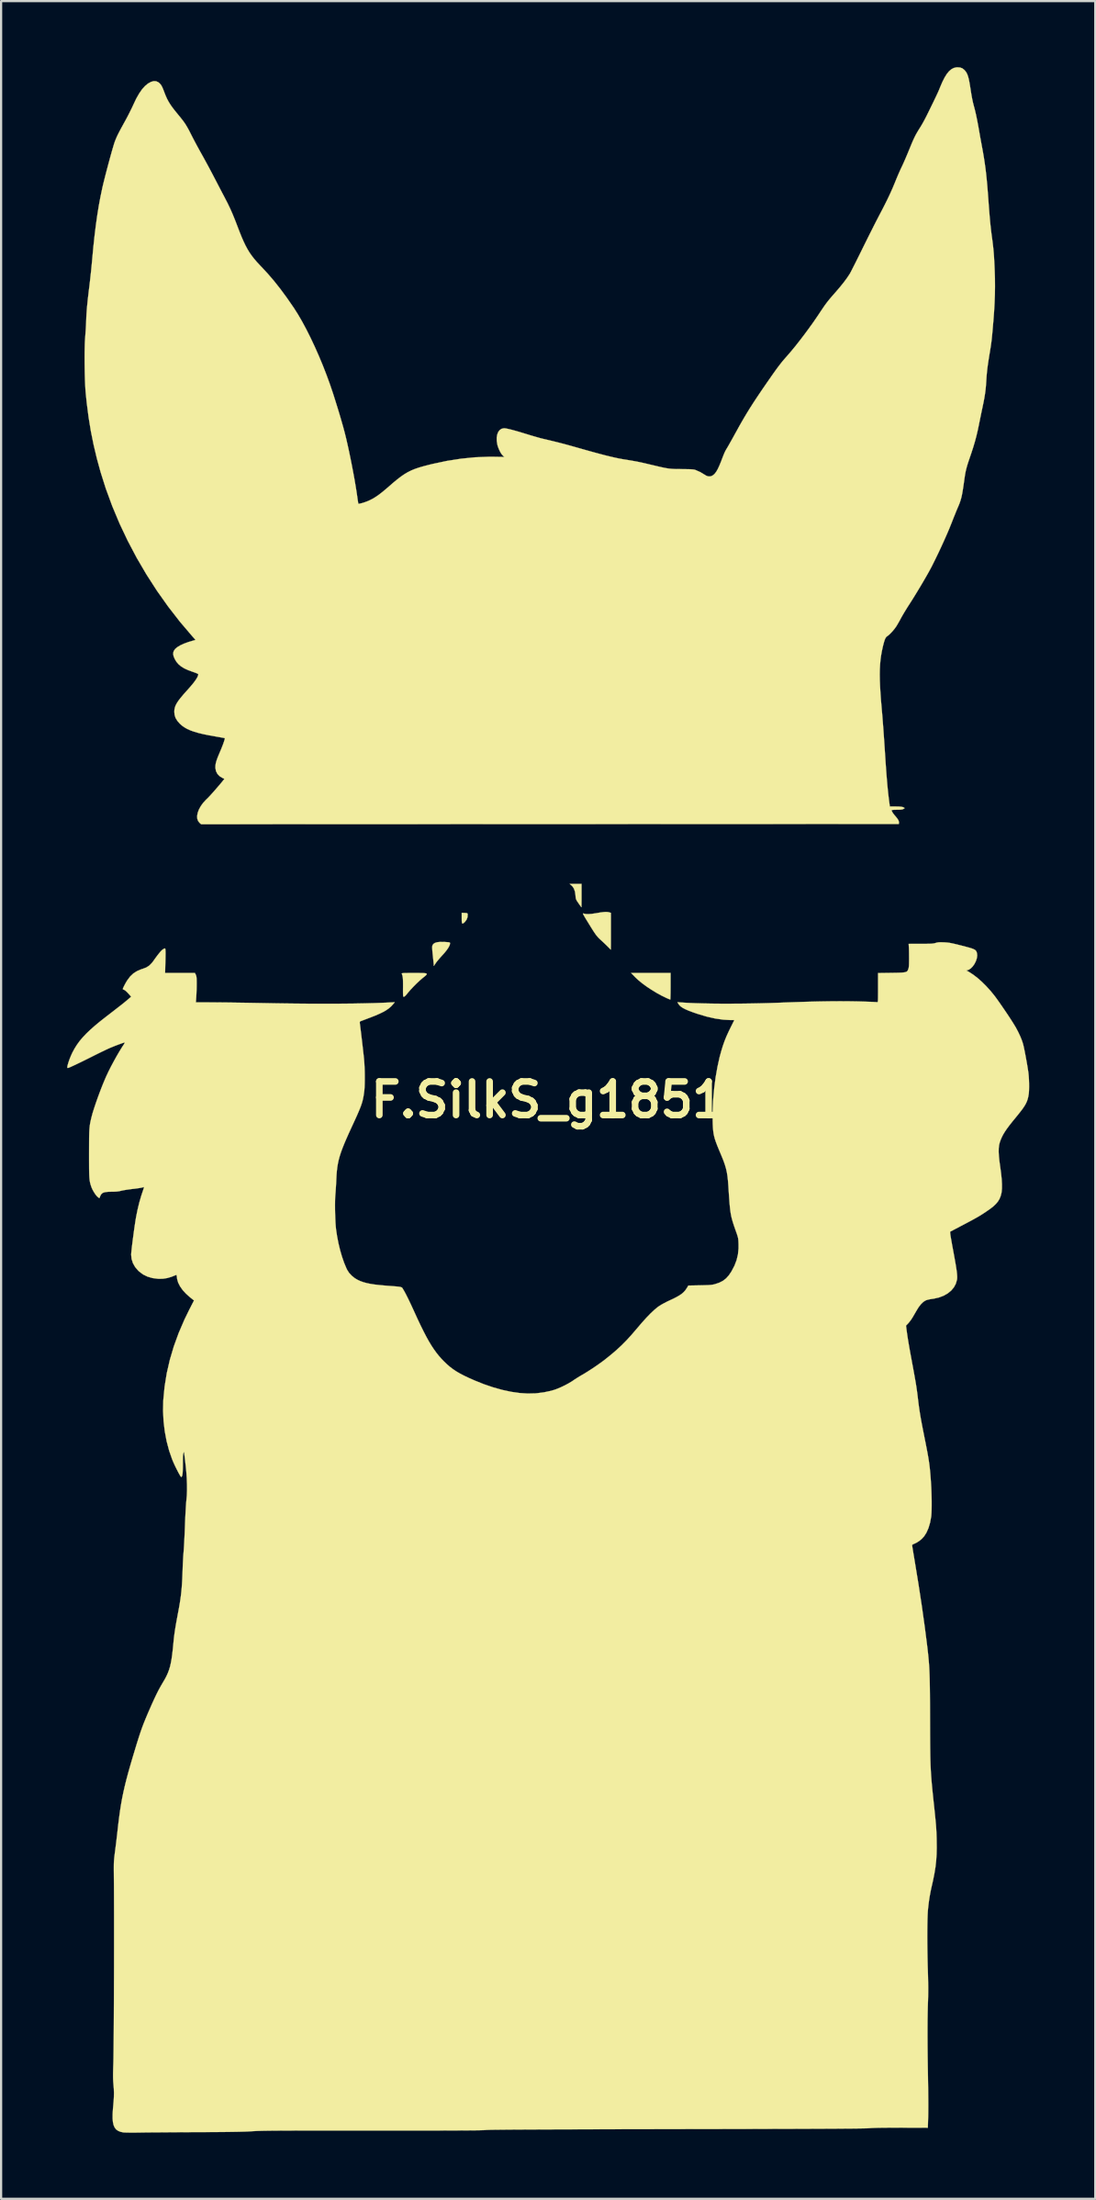
<source format=kicad_pcb>
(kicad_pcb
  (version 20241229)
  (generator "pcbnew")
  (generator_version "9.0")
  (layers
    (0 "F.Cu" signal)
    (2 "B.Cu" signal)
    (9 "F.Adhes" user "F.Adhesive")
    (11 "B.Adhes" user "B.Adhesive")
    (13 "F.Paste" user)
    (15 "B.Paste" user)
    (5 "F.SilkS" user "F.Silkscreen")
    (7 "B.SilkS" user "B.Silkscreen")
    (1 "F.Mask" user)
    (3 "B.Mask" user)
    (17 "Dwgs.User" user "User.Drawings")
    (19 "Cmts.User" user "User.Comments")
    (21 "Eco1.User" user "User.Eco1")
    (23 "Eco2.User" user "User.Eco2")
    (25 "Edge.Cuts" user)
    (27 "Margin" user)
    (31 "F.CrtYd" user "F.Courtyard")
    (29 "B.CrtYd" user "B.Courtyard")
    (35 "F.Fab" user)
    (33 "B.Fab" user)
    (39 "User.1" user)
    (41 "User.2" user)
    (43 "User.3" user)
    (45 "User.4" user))
  (footprint "F.SilkS_g1851"
    (layer "F.Cu")
    (at 21.828 46.868)
    (property "Reference" "F.SilkS_g1851" (at 0 0 0) (layer "F.SilkS") (effects (font (size 1.524 1.524) (thickness 0.3))))
    (attr through_hole)
    (fp_poly (pts (xy -3.784 -8.484) (xy -3.711 -8.479) (xy -3.671 -8.471) (xy -3.653 -8.455) (xy -3.646 -8.423) (xy -3.645 -8.41) (xy -3.653 -8.29) (xy -3.698 -8.174) (xy -3.767 -8.081) (xy -3.824 -8.028) (xy -3.864 -8.002) (xy -3.89 -8.005) (xy -3.906 -8.041) (xy -3.914 -8.113) (xy -3.916 -8.224) (xy -3.916 -8.245) (xy -3.916 -8.49) (xy -3.784 -8.484)) (stroke (width 0.01) (type solid)) (fill yes) (layer "F.SilkS"))
    (fp_poly (pts (xy 5.567 -5.154) (xy 5.566 -4.999) (xy 5.565 -4.859) (xy 5.562 -4.739) (xy 5.559 -4.644) (xy 5.556 -4.58) (xy 5.552 -4.552) (xy 5.551 -4.551) (xy 5.526 -4.56) (xy 5.472 -4.582) (xy 5.399 -4.614) (xy 5.366 -4.629) (xy 5.148 -4.735) (xy 4.923 -4.859) (xy 4.699 -4.996) (xy 4.483 -5.139) (xy 4.284 -5.284) (xy 4.11 -5.426) (xy 3.977 -5.55) (xy 3.773 -5.757) (xy 5.567 -5.757) (xy 5.567 -5.154)) (stroke (width 0.01) (type solid)) (fill yes) (layer "F.SilkS"))
    (fp_poly (pts (xy 1.524 -9.271) (xy 1.524 -9.126) (xy 1.523 -8.997) (xy 1.522 -8.888) (xy 1.521 -8.806) (xy 1.52 -8.756) (xy 1.519 -8.742) (xy 1.504 -8.758) (xy 1.48 -8.79) (xy 1.403 -8.899) (xy 1.347 -8.98) (xy 1.307 -9.042) (xy 1.282 -9.091) (xy 1.266 -9.135) (xy 1.258 -9.181) (xy 1.253 -9.238) (xy 1.249 -9.286) (xy 1.225 -9.453) (xy 1.178 -9.588) (xy 1.107 -9.694) (xy 1.059 -9.739) (xy 0.985 -9.8) (xy 1.524 -9.8) (xy 1.524 -9.271)) (stroke (width 0.01) (type solid)) (fill yes) (layer "F.SilkS"))
    (fp_poly (pts (xy -4.725 -7.167) (xy -4.683 -7.165) (xy -4.58 -7.158) (xy -4.512 -7.152) (xy -4.472 -7.144) (xy -4.452 -7.132) (xy -4.446 -7.115) (xy -4.445 -7.103) (xy -4.462 -7.025) (xy -4.511 -6.925) (xy -4.59 -6.806) (xy -4.698 -6.671) (xy -4.797 -6.561) (xy -4.883 -6.466) (xy -4.965 -6.371) (xy -5.036 -6.285) (xy -5.088 -6.217) (xy -5.101 -6.198) (xy -5.18 -6.077) (xy -5.193 -6.219) (xy -5.201 -6.295) (xy -5.211 -6.4) (xy -5.224 -6.52) (xy -5.237 -6.642) (xy -5.238 -6.651) (xy -5.251 -6.791) (xy -5.256 -6.893) (xy -5.255 -6.964) (xy -5.247 -7.005) (xy -5.206 -7.072) (xy -5.136 -7.121) (xy -5.034 -7.153) (xy -4.898 -7.168) (xy -4.725 -7.167)) (stroke (width 0.01) (type solid)) (fill yes) (layer "F.SilkS"))
    (fp_poly (pts (xy -5.89 -5.757) (xy -5.743 -5.756) (xy -5.633 -5.752) (xy -5.558 -5.744) (xy -5.516 -5.73) (xy -5.502 -5.709) (xy -5.516 -5.679) (xy -5.555 -5.639) (xy -5.616 -5.588) (xy -5.689 -5.53) (xy -5.818 -5.419) (xy -5.961 -5.286) (xy -6.106 -5.14) (xy -6.243 -4.994) (xy -6.361 -4.857) (xy -6.39 -4.821) (xy -6.454 -4.745) (xy -6.506 -4.696) (xy -6.542 -4.678) (xy -6.543 -4.678) (xy -6.556 -4.68) (xy -6.566 -4.689) (xy -6.573 -4.711) (xy -6.578 -4.751) (xy -6.58 -4.815) (xy -6.581 -4.907) (xy -6.581 -5.033) (xy -6.58 -5.117) (xy -6.58 -5.274) (xy -6.581 -5.396) (xy -6.585 -5.49) (xy -6.593 -5.564) (xy -6.604 -5.624) (xy -6.619 -5.677) (xy -6.636 -5.72) (xy -6.638 -5.731) (xy -6.632 -5.74) (xy -6.612 -5.746) (xy -6.575 -5.751) (xy -6.515 -5.754) (xy -6.429 -5.756) (xy -6.311 -5.757) (xy -6.158 -5.757) (xy -6.077 -5.757) (xy -5.89 -5.757)) (stroke (width 0.01) (type solid)) (fill yes) (layer "F.SilkS"))
    (fp_poly (pts (xy 2.729 -8.522) (xy 2.791 -8.507) (xy 2.857 -8.484) (xy 2.857 -7.65) (xy 2.857 -7.467) (xy 2.857 -7.297) (xy 2.856 -7.147) (xy 2.856 -7.019) (xy 2.855 -6.919) (xy 2.854 -6.85) (xy 2.853 -6.819) (xy 2.852 -6.817) (xy 2.836 -6.832) (xy 2.798 -6.87) (xy 2.744 -6.924) (xy 2.719 -6.949) (xy 2.649 -7.019) (xy 2.56 -7.105) (xy 2.465 -7.194) (xy 2.4 -7.253) (xy 2.347 -7.302) (xy 2.299 -7.349) (xy 2.254 -7.398) (xy 2.208 -7.452) (xy 2.16 -7.516) (xy 2.105 -7.595) (xy 2.042 -7.692) (xy 1.967 -7.811) (xy 1.877 -7.957) (xy 1.769 -8.133) (xy 1.721 -8.21) (xy 1.659 -8.315) (xy 1.617 -8.388) (xy 1.596 -8.434) (xy 1.592 -8.457) (xy 1.605 -8.462) (xy 1.625 -8.455) (xy 1.711 -8.434) (xy 1.834 -8.43) (xy 1.99 -8.441) (xy 2.176 -8.469) (xy 2.211 -8.475) (xy 2.387 -8.505) (xy 2.528 -8.523) (xy 2.641 -8.529) (xy 2.729 -8.522)) (stroke (width 0.01) (type solid)) (fill yes) (layer "F.SilkS"))
    (fp_poly (pts (xy 18.717 -46.852) (xy 18.815 -46.815) (xy 18.902 -46.746) (xy 18.926 -46.721) (xy 18.971 -46.665) (xy 19.01 -46.603) (xy 19.044 -46.529) (xy 19.075 -46.439) (xy 19.104 -46.328) (xy 19.132 -46.19) (xy 19.161 -46.021) (xy 19.193 -45.816) (xy 19.198 -45.783) (xy 19.227 -45.602) (xy 19.26 -45.424) (xy 19.295 -45.262) (xy 19.329 -45.128) (xy 19.333 -45.114) (xy 19.381 -44.933) (xy 19.432 -44.715) (xy 19.484 -44.464) (xy 19.537 -44.184) (xy 19.578 -43.951) (xy 19.596 -43.848) (xy 19.619 -43.715) (xy 19.647 -43.564) (xy 19.676 -43.406) (xy 19.704 -43.254) (xy 19.705 -43.251) (xy 19.752 -42.994) (xy 19.793 -42.751) (xy 19.829 -42.515) (xy 19.862 -42.277) (xy 19.891 -42.032) (xy 19.918 -41.772) (xy 19.944 -41.49) (xy 19.969 -41.18) (xy 19.992 -40.873) (xy 20.013 -40.583) (xy 20.033 -40.328) (xy 20.051 -40.104) (xy 20.069 -39.903) (xy 20.087 -39.719) (xy 20.106 -39.546) (xy 20.126 -39.377) (xy 20.148 -39.207) (xy 20.161 -39.116) (xy 20.185 -38.936) (xy 20.205 -38.768) (xy 20.222 -38.606) (xy 20.237 -38.44) (xy 20.25 -38.262) (xy 20.261 -38.064) (xy 20.272 -37.838) (xy 20.28 -37.653) (xy 20.292 -37.283) (xy 20.295 -36.921) (xy 20.29 -36.558) (xy 20.276 -36.183) (xy 20.254 -35.788) (xy 20.222 -35.363) (xy 20.215 -35.288) (xy 20.197 -35.071) (xy 20.181 -34.889) (xy 20.167 -34.736) (xy 20.154 -34.606) (xy 20.142 -34.491) (xy 20.129 -34.385) (xy 20.115 -34.282) (xy 20.099 -34.174) (xy 20.08 -34.056) (xy 20.058 -33.921) (xy 20.045 -33.846) (xy 20.007 -33.61) (xy 19.976 -33.405) (xy 19.951 -33.224) (xy 19.932 -33.054) (xy 19.916 -32.888) (xy 19.904 -32.715) (xy 19.897 -32.607) (xy 19.884 -32.416) (xy 19.867 -32.236) (xy 19.844 -32.058) (xy 19.814 -31.871) (xy 19.775 -31.664) (xy 19.727 -31.433) (xy 19.702 -31.314) (xy 19.671 -31.167) (xy 19.637 -31.002) (xy 19.603 -30.834) (xy 19.57 -30.673) (xy 19.568 -30.66) (xy 19.509 -30.38) (xy 19.448 -30.122) (xy 19.382 -29.874) (xy 19.307 -29.622) (xy 19.219 -29.351) (xy 19.167 -29.199) (xy 19.105 -29.017) (xy 19.055 -28.866) (xy 19.016 -28.734) (xy 18.984 -28.613) (xy 18.957 -28.494) (xy 18.934 -28.366) (xy 18.912 -28.22) (xy 18.892 -28.078) (xy 18.861 -27.859) (xy 18.833 -27.676) (xy 18.807 -27.522) (xy 18.78 -27.39) (xy 18.75 -27.273) (xy 18.717 -27.165) (xy 18.679 -27.059) (xy 18.634 -26.948) (xy 18.603 -26.878) (xy 18.571 -26.803) (xy 18.527 -26.696) (xy 18.475 -26.566) (xy 18.416 -26.421) (xy 18.356 -26.268) (xy 18.31 -26.151) (xy 18.221 -25.93) (xy 18.114 -25.679) (xy 17.994 -25.408) (xy 17.865 -25.124) (xy 17.73 -24.836) (xy 17.592 -24.551) (xy 17.456 -24.277) (xy 17.419 -24.203) (xy 17.349 -24.072) (xy 17.261 -23.912) (xy 17.157 -23.73) (xy 17.043 -23.533) (xy 16.921 -23.326) (xy 16.795 -23.117) (xy 16.67 -22.912) (xy 16.55 -22.718) (xy 16.438 -22.542) (xy 16.404 -22.49) (xy 16.32 -22.358) (xy 16.235 -22.221) (xy 16.155 -22.089) (xy 16.086 -21.971) (xy 16.034 -21.878) (xy 16.033 -21.876) (xy 15.975 -21.768) (xy 15.912 -21.656) (xy 15.854 -21.556) (xy 15.817 -21.495) (xy 15.748 -21.397) (xy 15.663 -21.293) (xy 15.573 -21.194) (xy 15.485 -21.108) (xy 15.409 -21.047) (xy 15.395 -21.038) (xy 15.357 -21.005) (xy 15.323 -20.955) (xy 15.29 -20.881) (xy 15.257 -20.778) (xy 15.22 -20.642) (xy 15.199 -20.553) (xy 15.157 -20.359) (xy 15.123 -20.165) (xy 15.096 -19.967) (xy 15.078 -19.761) (xy 15.066 -19.542) (xy 15.062 -19.307) (xy 15.066 -19.051) (xy 15.077 -18.77) (xy 15.095 -18.46) (xy 15.12 -18.117) (xy 15.153 -17.737) (xy 15.155 -17.706) (xy 15.171 -17.53) (xy 15.188 -17.321) (xy 15.206 -17.087) (xy 15.225 -16.838) (xy 15.243 -16.582) (xy 15.261 -16.329) (xy 15.277 -16.087) (xy 15.283 -16.002) (xy 15.307 -15.631) (xy 15.329 -15.298) (xy 15.35 -14.999) (xy 15.37 -14.731) (xy 15.39 -14.488) (xy 15.409 -14.268) (xy 15.429 -14.066) (xy 15.449 -13.877) (xy 15.47 -13.699) (xy 15.492 -13.526) (xy 15.507 -13.414) (xy 15.521 -13.314) (xy 15.783 -13.314) (xy 15.927 -13.311) (xy 16.032 -13.303) (xy 16.103 -13.289) (xy 16.119 -13.283) (xy 16.166 -13.261) (xy 16.191 -13.244) (xy 16.192 -13.241) (xy 16.176 -13.225) (xy 16.135 -13.201) (xy 16.13 -13.198) (xy 16.081 -13.181) (xy 16.006 -13.171) (xy 15.899 -13.166) (xy 15.834 -13.166) (xy 15.721 -13.164) (xy 15.644 -13.158) (xy 15.604 -13.149) (xy 15.6 -13.143) (xy 15.615 -13.093) (xy 15.657 -13.021) (xy 15.721 -12.936) (xy 15.769 -12.88) (xy 15.856 -12.775) (xy 15.91 -12.689) (xy 15.934 -12.617) (xy 15.934 -12.577) (xy 15.928 -12.52) (xy -15.746 -12.509) (xy -15.819 -12.573) (xy -15.887 -12.66) (xy -15.923 -12.767) (xy -15.927 -12.892) (xy -15.902 -13.029) (xy -15.848 -13.174) (xy -15.767 -13.323) (xy -15.661 -13.472) (xy -15.53 -13.616) (xy -15.472 -13.671) (xy -15.43 -13.712) (xy -15.37 -13.776) (xy -15.295 -13.857) (xy -15.212 -13.95) (xy -15.122 -14.052) (xy -15.032 -14.156) (xy -14.944 -14.258) (xy -14.863 -14.354) (xy -14.793 -14.438) (xy -14.739 -14.505) (xy -14.704 -14.551) (xy -14.694 -14.571) (xy -14.694 -14.571) (xy -14.715 -14.581) (xy -14.761 -14.602) (xy -14.777 -14.609) (xy -14.909 -14.69) (xy -15.008 -14.795) (xy -15.072 -14.92) (xy -15.099 -15.064) (xy -15.099 -15.092) (xy -15.096 -15.175) (xy -15.084 -15.26) (xy -15.061 -15.353) (xy -15.025 -15.462) (xy -14.975 -15.593) (xy -14.908 -15.753) (xy -14.89 -15.794) (xy -14.834 -15.927) (xy -14.783 -16.055) (xy -14.739 -16.172) (xy -14.704 -16.273) (xy -14.681 -16.351) (xy -14.67 -16.4) (xy -14.672 -16.415) (xy -14.695 -16.421) (xy -14.752 -16.432) (xy -14.838 -16.448) (xy -14.946 -16.467) (xy -15.069 -16.489) (xy -15.071 -16.489) (xy -15.374 -16.543) (xy -15.638 -16.596) (xy -15.867 -16.651) (xy -16.066 -16.709) (xy -16.237 -16.77) (xy -16.384 -16.837) (xy -16.511 -16.91) (xy -16.623 -16.99) (xy -16.712 -17.07) (xy -16.828 -17.202) (xy -16.907 -17.333) (xy -16.951 -17.471) (xy -16.964 -17.611) (xy -16.959 -17.706) (xy -16.941 -17.799) (xy -16.908 -17.893) (xy -16.857 -17.994) (xy -16.785 -18.105) (xy -16.69 -18.23) (xy -16.57 -18.375) (xy -16.421 -18.543) (xy -16.386 -18.581) (xy -16.218 -18.771) (xy -16.083 -18.935) (xy -15.982 -19.075) (xy -15.914 -19.189) (xy -15.88 -19.278) (xy -15.875 -19.315) (xy -15.894 -19.333) (xy -15.948 -19.36) (xy -16.031 -19.393) (xy -16.113 -19.421) (xy -16.33 -19.5) (xy -16.51 -19.582) (xy -16.657 -19.672) (xy -16.775 -19.772) (xy -16.871 -19.885) (xy -16.944 -20.009) (xy -16.994 -20.125) (xy -17.015 -20.223) (xy -17.008 -20.311) (xy -16.989 -20.369) (xy -16.932 -20.457) (xy -16.833 -20.543) (xy -16.695 -20.627) (xy -16.518 -20.708) (xy -16.306 -20.785) (xy -16.089 -20.849) (xy -16 -20.873) (xy -16.144 -21.036) (xy -16.71 -21.701) (xy -17.247 -22.393) (xy -17.754 -23.109) (xy -18.229 -23.846) (xy -18.671 -24.601) (xy -19.078 -25.372) (xy -19.449 -26.155) (xy -19.782 -26.949) (xy -20.076 -27.75) (xy -20.31 -28.49) (xy -20.482 -29.118) (xy -20.629 -29.737) (xy -20.754 -30.357) (xy -20.857 -30.989) (xy -20.941 -31.643) (xy -20.989 -32.11) (xy -21.001 -32.274) (xy -21.012 -32.469) (xy -21.021 -32.689) (xy -21.028 -32.927) (xy -21.033 -33.175) (xy -21.036 -33.427) (xy -21.037 -33.677) (xy -21.036 -33.916) (xy -21.032 -34.139) (xy -21.027 -34.338) (xy -21.018 -34.506) (xy -21.011 -34.602) (xy -20.999 -34.762) (xy -20.986 -34.946) (xy -20.975 -35.133) (xy -20.967 -35.305) (xy -20.965 -35.359) (xy -20.959 -35.513) (xy -20.951 -35.665) (xy -20.94 -35.82) (xy -20.927 -35.984) (xy -20.909 -36.164) (xy -20.888 -36.365) (xy -20.861 -36.593) (xy -20.83 -36.855) (xy -20.816 -36.962) (xy -20.793 -37.16) (xy -20.768 -37.385) (xy -20.742 -37.621) (xy -20.719 -37.853) (xy -20.699 -38.065) (xy -20.691 -38.151) (xy -20.64 -38.702) (xy -20.585 -39.215) (xy -20.526 -39.696) (xy -20.462 -40.148) (xy -20.393 -40.577) (xy -20.317 -40.986) (xy -20.234 -41.381) (xy -20.227 -41.413) (xy -20.195 -41.55) (xy -20.155 -41.712) (xy -20.11 -41.892) (xy -20.06 -42.086) (xy -20.007 -42.287) (xy -19.953 -42.49) (xy -19.899 -42.689) (xy -19.847 -42.879) (xy -19.798 -43.055) (xy -19.753 -43.209) (xy -19.715 -43.338) (xy -19.685 -43.434) (xy -19.67 -43.476) (xy -19.636 -43.566) (xy -19.601 -43.651) (xy -19.563 -43.737) (xy -19.518 -43.829) (xy -19.464 -43.935) (xy -19.398 -44.06) (xy -19.317 -44.208) (xy -19.218 -44.388) (xy -19.207 -44.408) (xy -19.126 -44.556) (xy -19.042 -44.717) (xy -18.961 -44.878) (xy -18.888 -45.027) (xy -18.829 -45.153) (xy -18.822 -45.17) (xy -18.692 -45.443) (xy -18.559 -45.676) (xy -18.425 -45.869) (xy -18.288 -46.021) (xy -18.157 -46.127) (xy -18.023 -46.201) (xy -17.901 -46.236) (xy -17.79 -46.23) (xy -17.69 -46.185) (xy -17.635 -46.14) (xy -17.592 -46.093) (xy -17.554 -46.042) (xy -17.518 -45.976) (xy -17.479 -45.889) (xy -17.434 -45.773) (xy -17.41 -45.709) (xy -17.353 -45.564) (xy -17.293 -45.432) (xy -17.225 -45.305) (xy -17.146 -45.177) (xy -17.051 -45.041) (xy -16.935 -44.891) (xy -16.794 -44.718) (xy -16.77 -44.688) (xy -16.664 -44.559) (xy -16.576 -44.447) (xy -16.5 -44.342) (xy -16.431 -44.236) (xy -16.363 -44.12) (xy -16.29 -43.986) (xy -16.208 -43.824) (xy -16.182 -43.773) (xy -16.116 -43.644) (xy -16.035 -43.49) (xy -15.945 -43.322) (xy -15.852 -43.15) (xy -15.761 -42.986) (xy -15.721 -42.915) (xy -15.638 -42.766) (xy -15.541 -42.589) (xy -15.436 -42.396) (xy -15.329 -42.195) (xy -15.225 -41.999) (xy -15.13 -41.817) (xy -15.123 -41.804) (xy -15.038 -41.641) (xy -14.953 -41.477) (xy -14.872 -41.321) (xy -14.798 -41.179) (xy -14.734 -41.058) (xy -14.684 -40.964) (xy -14.67 -40.936) (xy -14.543 -40.691) (xy -14.425 -40.444) (xy -14.311 -40.185) (xy -14.197 -39.903) (xy -14.118 -39.698) (xy -14.012 -39.421) (xy -13.915 -39.179) (xy -13.823 -38.967) (xy -13.734 -38.78) (xy -13.643 -38.611) (xy -13.549 -38.456) (xy -13.447 -38.31) (xy -13.335 -38.166) (xy -13.209 -38.02) (xy -13.066 -37.866) (xy -13 -37.797) (xy -12.717 -37.492) (xy -12.436 -37.165) (xy -12.156 -36.811) (xy -11.872 -36.427) (xy -11.58 -36.006) (xy -11.536 -35.942) (xy -11.352 -35.652) (xy -11.163 -35.327) (xy -10.971 -34.97) (xy -10.779 -34.587) (xy -10.589 -34.184) (xy -10.403 -33.765) (xy -10.224 -33.336) (xy -10.055 -32.902) (xy -9.897 -32.469) (xy -9.757 -32.055) (xy -9.654 -31.73) (xy -9.554 -31.41) (xy -9.461 -31.102) (xy -9.376 -30.811) (xy -9.3 -30.545) (xy -9.237 -30.31) (xy -9.218 -30.237) (xy -9.158 -29.992) (xy -9.095 -29.717) (xy -9.03 -29.418) (xy -8.965 -29.104) (xy -8.901 -28.783) (xy -8.84 -28.463) (xy -8.783 -28.151) (xy -8.733 -27.857) (xy -8.69 -27.589) (xy -8.657 -27.362) (xy -8.642 -27.255) (xy -8.628 -27.164) (xy -8.617 -27.097) (xy -8.609 -27.061) (xy -8.607 -27.057) (xy -8.579 -27.054) (xy -8.52 -27.065) (xy -8.439 -27.085) (xy -8.345 -27.114) (xy -8.246 -27.149) (xy -8.214 -27.161) (xy -8.079 -27.22) (xy -7.945 -27.289) (xy -7.809 -27.373) (xy -7.663 -27.475) (xy -7.503 -27.6) (xy -7.323 -27.751) (xy -7.228 -27.833) (xy -7.024 -28.01) (xy -6.842 -28.161) (xy -6.676 -28.288) (xy -6.52 -28.395) (xy -6.367 -28.486) (xy -6.209 -28.565) (xy -6.042 -28.634) (xy -5.857 -28.697) (xy -5.647 -28.758) (xy -5.408 -28.82) (xy -5.249 -28.859) (xy -4.589 -28.999) (xy -3.942 -29.1) (xy -3.307 -29.163) (xy -2.683 -29.187) (xy -2.44 -29.186) (xy -1.979 -29.178) (xy -2.045 -29.236) (xy -2.105 -29.305) (xy -2.167 -29.404) (xy -2.224 -29.522) (xy -2.272 -29.647) (xy -2.297 -29.733) (xy -2.325 -29.903) (xy -2.327 -30.058) (xy -2.304 -30.195) (xy -2.259 -30.31) (xy -2.192 -30.399) (xy -2.105 -30.457) (xy -2 -30.48) (xy -1.987 -30.48) (xy -1.915 -30.473) (xy -1.806 -30.451) (xy -1.66 -30.416) (xy -1.48 -30.367) (xy -1.268 -30.306) (xy -1.026 -30.232) (xy -0.953 -30.21) (xy -0.8 -30.163) (xy -0.644 -30.117) (xy -0.495 -30.074) (xy -0.364 -30.037) (xy -0.259 -30.01) (xy -0.233 -30.004) (xy 0.019 -29.945) (xy 0.242 -29.891) (xy 0.445 -29.841) (xy 0.639 -29.791) (xy 0.836 -29.739) (xy 1.045 -29.681) (xy 1.277 -29.616) (xy 1.439 -29.57) (xy 1.785 -29.472) (xy 2.095 -29.386) (xy 2.37 -29.312) (xy 2.615 -29.248) (xy 2.833 -29.195) (xy 3.027 -29.15) (xy 3.2 -29.113) (xy 3.356 -29.084) (xy 3.418 -29.073) (xy 3.614 -29.042) (xy 3.776 -29.015) (xy 3.912 -28.991) (xy 4.033 -28.969) (xy 4.145 -28.946) (xy 4.258 -28.922) (xy 4.38 -28.895) (xy 4.519 -28.862) (xy 4.614 -28.839) (xy 4.828 -28.789) (xy 5.006 -28.747) (xy 5.155 -28.713) (xy 5.282 -28.686) (xy 5.391 -28.666) (xy 5.491 -28.651) (xy 5.585 -28.641) (xy 5.681 -28.634) (xy 5.785 -28.63) (xy 5.902 -28.628) (xy 6.039 -28.627) (xy 6.075 -28.627) (xy 6.244 -28.625) (xy 6.377 -28.623) (xy 6.479 -28.62) (xy 6.557 -28.614) (xy 6.616 -28.607) (xy 6.662 -28.598) (xy 6.699 -28.586) (xy 6.916 -28.491) (xy 7.091 -28.385) (xy 7.196 -28.323) (xy 7.286 -28.294) (xy 7.37 -28.296) (xy 7.439 -28.318) (xy 7.509 -28.36) (xy 7.575 -28.423) (xy 7.641 -28.511) (xy 7.708 -28.628) (xy 7.778 -28.778) (xy 7.855 -28.964) (xy 7.88 -29.03) (xy 7.932 -29.166) (xy 7.973 -29.27) (xy 8.006 -29.35) (xy 8.035 -29.414) (xy 8.063 -29.469) (xy 8.094 -29.524) (xy 8.132 -29.586) (xy 8.164 -29.64) (xy 8.213 -29.725) (xy 8.275 -29.836) (xy 8.349 -29.967) (xy 8.429 -30.111) (xy 8.513 -30.264) (xy 8.554 -30.337) (xy 8.68 -30.566) (xy 8.801 -30.779) (xy 8.919 -30.982) (xy 9.037 -31.179) (xy 9.159 -31.377) (xy 9.288 -31.58) (xy 9.428 -31.794) (xy 9.581 -32.023) (xy 9.751 -32.274) (xy 9.941 -32.55) (xy 10.04 -32.692) (xy 10.178 -32.89) (xy 10.297 -33.058) (xy 10.402 -33.203) (xy 10.497 -33.329) (xy 10.585 -33.443) (xy 10.672 -33.55) (xy 10.763 -33.655) (xy 10.856 -33.761) (xy 11.035 -33.968) (xy 11.23 -34.205) (xy 11.434 -34.464) (xy 11.643 -34.737) (xy 11.85 -35.018) (xy 12.051 -35.298) (xy 12.238 -35.571) (xy 12.302 -35.666) (xy 12.408 -35.826) (xy 12.498 -35.959) (xy 12.577 -36.073) (xy 12.652 -36.174) (xy 12.728 -36.271) (xy 12.811 -36.373) (xy 12.908 -36.486) (xy 13.025 -36.619) (xy 13.06 -36.659) (xy 13.263 -36.896) (xy 13.438 -37.114) (xy 13.583 -37.31) (xy 13.696 -37.482) (xy 13.707 -37.5) (xy 13.733 -37.547) (xy 13.776 -37.628) (xy 13.832 -37.739) (xy 13.901 -37.875) (xy 13.981 -38.032) (xy 14.067 -38.206) (xy 14.16 -38.392) (xy 14.256 -38.587) (xy 14.282 -38.64) (xy 14.387 -38.851) (xy 14.494 -39.068) (xy 14.602 -39.284) (xy 14.707 -39.492) (xy 14.805 -39.687) (xy 14.894 -39.862) (xy 14.971 -40.011) (xy 15.028 -40.121) (xy 15.166 -40.384) (xy 15.285 -40.616) (xy 15.39 -40.825) (xy 15.482 -41.017) (xy 15.566 -41.198) (xy 15.644 -41.375) (xy 15.72 -41.555) (xy 15.77 -41.677) (xy 15.829 -41.822) (xy 15.892 -41.971) (xy 15.954 -42.113) (xy 16.01 -42.238) (xy 16.056 -42.335) (xy 16.061 -42.344) (xy 16.102 -42.431) (xy 16.155 -42.548) (xy 16.216 -42.687) (xy 16.281 -42.839) (xy 16.346 -42.994) (xy 16.383 -43.085) (xy 16.462 -43.277) (xy 16.528 -43.437) (xy 16.587 -43.571) (xy 16.641 -43.686) (xy 16.693 -43.79) (xy 16.748 -43.888) (xy 16.808 -43.989) (xy 16.876 -44.099) (xy 16.891 -44.122) (xy 16.953 -44.224) (xy 17.026 -44.351) (xy 17.102 -44.49) (xy 17.174 -44.629) (xy 17.209 -44.699) (xy 17.323 -44.93) (xy 17.419 -45.128) (xy 17.501 -45.295) (xy 17.568 -45.436) (xy 17.625 -45.554) (xy 17.671 -45.653) (xy 17.71 -45.736) (xy 17.742 -45.809) (xy 17.769 -45.874) (xy 17.794 -45.935) (xy 17.801 -45.953) (xy 17.903 -46.193) (xy 18.004 -46.394) (xy 18.104 -46.556) (xy 18.205 -46.681) (xy 18.31 -46.772) (xy 18.419 -46.831) (xy 18.535 -46.86) (xy 18.595 -46.863) (xy 18.717 -46.852)) (stroke (width 0.01) (type solid)) (fill yes) (layer "F.SilkS"))
    (fp_poly (pts (xy 17.904 -7.151) (xy 17.98 -7.149) (xy 18.064 -7.144) (xy 18.142 -7.137) (xy 18.221 -7.127) (xy 18.308 -7.111) (xy 18.411 -7.089) (xy 18.537 -7.06) (xy 18.693 -7.021) (xy 18.784 -6.998) (xy 18.965 -6.951) (xy 19.109 -6.912) (xy 19.221 -6.879) (xy 19.305 -6.848) (xy 19.366 -6.819) (xy 19.41 -6.787) (xy 19.439 -6.753) (xy 19.459 -6.712) (xy 19.475 -6.663) (xy 19.476 -6.659) (xy 19.487 -6.547) (xy 19.469 -6.422) (xy 19.426 -6.293) (xy 19.363 -6.167) (xy 19.284 -6.055) (xy 19.195 -5.964) (xy 19.1 -5.904) (xy 19.067 -5.892) (xy 18.997 -5.872) (xy 19.119 -5.803) (xy 19.304 -5.683) (xy 19.502 -5.531) (xy 19.704 -5.352) (xy 19.904 -5.153) (xy 20.097 -4.94) (xy 20.276 -4.719) (xy 20.293 -4.697) (xy 20.39 -4.564) (xy 20.5 -4.41) (xy 20.616 -4.242) (xy 20.736 -4.067) (xy 20.855 -3.891) (xy 20.968 -3.72) (xy 21.07 -3.562) (xy 21.157 -3.423) (xy 21.225 -3.31) (xy 21.24 -3.285) (xy 21.349 -3.079) (xy 21.445 -2.875) (xy 21.521 -2.684) (xy 21.568 -2.539) (xy 21.588 -2.456) (xy 21.614 -2.34) (xy 21.643 -2.199) (xy 21.674 -2.039) (xy 21.705 -1.87) (xy 21.736 -1.7) (xy 21.764 -1.536) (xy 21.788 -1.386) (xy 21.807 -1.259) (xy 21.812 -1.221) (xy 21.826 -1.082) (xy 21.836 -0.923) (xy 21.842 -0.756) (xy 21.843 -0.592) (xy 21.84 -0.44) (xy 21.832 -0.313) (xy 21.823 -0.243) (xy 21.802 -0.127) (xy 21.775 -0.022) (xy 21.74 0.078) (xy 21.693 0.178) (xy 21.632 0.283) (xy 21.553 0.4) (xy 21.453 0.532) (xy 21.33 0.687) (xy 21.236 0.802) (xy 21.075 0.998) (xy 20.941 1.169) (xy 20.83 1.319) (xy 20.739 1.454) (xy 20.664 1.578) (xy 20.604 1.697) (xy 20.553 1.814) (xy 20.51 1.936) (xy 20.51 1.937) (xy 20.481 2.055) (xy 20.465 2.192) (xy 20.461 2.353) (xy 20.471 2.542) (xy 20.493 2.763) (xy 20.528 3.019) (xy 20.531 3.037) (xy 20.571 3.333) (xy 20.598 3.597) (xy 20.611 3.829) (xy 20.61 4.026) (xy 20.595 4.186) (xy 20.587 4.233) (xy 20.55 4.372) (xy 20.5 4.496) (xy 20.431 4.61) (xy 20.341 4.719) (xy 20.225 4.83) (xy 20.078 4.946) (xy 19.896 5.072) (xy 19.891 5.075) (xy 19.799 5.137) (xy 19.716 5.191) (xy 19.637 5.241) (xy 19.557 5.289) (xy 19.47 5.339) (xy 19.372 5.394) (xy 19.258 5.457) (xy 19.121 5.53) (xy 18.957 5.617) (xy 18.765 5.718) (xy 18.256 5.986) (xy 18.263 6.078) (xy 18.269 6.122) (xy 18.281 6.202) (xy 18.3 6.311) (xy 18.323 6.442) (xy 18.349 6.591) (xy 18.379 6.75) (xy 18.385 6.784) (xy 18.434 7.05) (xy 18.475 7.277) (xy 18.509 7.471) (xy 18.535 7.634) (xy 18.555 7.769) (xy 18.568 7.881) (xy 18.575 7.973) (xy 18.578 8.049) (xy 18.575 8.112) (xy 18.569 8.163) (xy 18.517 8.345) (xy 18.428 8.511) (xy 18.304 8.658) (xy 18.148 8.785) (xy 17.963 8.89) (xy 17.751 8.97) (xy 17.514 9.024) (xy 17.435 9.035) (xy 17.336 9.051) (xy 17.239 9.073) (xy 17.163 9.097) (xy 17.15 9.102) (xy 17.041 9.17) (xy 16.932 9.276) (xy 16.823 9.418) (xy 16.762 9.517) (xy 16.703 9.617) (xy 16.636 9.732) (xy 16.573 9.84) (xy 16.561 9.861) (xy 16.502 9.954) (xy 16.435 10.047) (xy 16.373 10.124) (xy 16.356 10.143) (xy 16.255 10.248) (xy 16.278 10.432) (xy 16.298 10.576) (xy 16.32 10.729) (xy 16.346 10.895) (xy 16.377 11.08) (xy 16.413 11.289) (xy 16.456 11.528) (xy 16.507 11.802) (xy 16.52 11.874) (xy 16.568 12.13) (xy 16.608 12.349) (xy 16.642 12.537) (xy 16.671 12.7) (xy 16.696 12.844) (xy 16.717 12.974) (xy 16.735 13.095) (xy 16.752 13.213) (xy 16.768 13.333) (xy 16.784 13.461) (xy 16.797 13.571) (xy 16.82 13.76) (xy 16.843 13.936) (xy 16.868 14.107) (xy 16.895 14.28) (xy 16.926 14.461) (xy 16.962 14.657) (xy 17.004 14.876) (xy 17.053 15.125) (xy 17.091 15.315) (xy 17.145 15.585) (xy 17.191 15.82) (xy 17.23 16.026) (xy 17.263 16.211) (xy 17.29 16.38) (xy 17.313 16.539) (xy 17.332 16.696) (xy 17.348 16.857) (xy 17.363 17.027) (xy 17.377 17.214) (xy 17.388 17.378) (xy 17.4 17.581) (xy 17.409 17.793) (xy 17.415 18.006) (xy 17.419 18.216) (xy 17.419 18.413) (xy 17.417 18.592) (xy 17.411 18.747) (xy 17.403 18.869) (xy 17.398 18.916) (xy 17.347 19.192) (xy 17.274 19.437) (xy 17.18 19.648) (xy 17.079 19.807) (xy 16.988 19.909) (xy 16.875 20.006) (xy 16.754 20.087) (xy 16.64 20.143) (xy 16.635 20.145) (xy 16.576 20.171) (xy 16.539 20.198) (xy 16.531 20.211) (xy 16.535 20.238) (xy 16.544 20.302) (xy 16.56 20.398) (xy 16.58 20.521) (xy 16.604 20.665) (xy 16.631 20.827) (xy 16.657 20.984) (xy 16.823 21.997) (xy 16.972 22.972) (xy 17.104 23.91) (xy 17.196 24.627) (xy 17.219 24.814) (xy 17.239 24.985) (xy 17.257 25.146) (xy 17.272 25.3) (xy 17.286 25.45) (xy 17.298 25.6) (xy 17.308 25.753) (xy 17.316 25.914) (xy 17.323 26.086) (xy 17.329 26.272) (xy 17.333 26.477) (xy 17.337 26.703) (xy 17.34 26.955) (xy 17.342 27.236) (xy 17.344 27.55) (xy 17.345 27.9) (xy 17.346 28.141) (xy 17.347 28.503) (xy 17.348 28.826) (xy 17.35 29.115) (xy 17.352 29.375) (xy 17.355 29.608) (xy 17.358 29.82) (xy 17.363 30.015) (xy 17.369 30.196) (xy 17.377 30.367) (xy 17.386 30.534) (xy 17.397 30.699) (xy 17.41 30.868) (xy 17.425 31.043) (xy 17.443 31.23) (xy 17.463 31.433) (xy 17.486 31.655) (xy 17.512 31.901) (xy 17.526 32.025) (xy 17.551 32.263) (xy 17.572 32.465) (xy 17.589 32.637) (xy 17.603 32.785) (xy 17.615 32.915) (xy 17.623 33.032) (xy 17.63 33.143) (xy 17.636 33.254) (xy 17.64 33.37) (xy 17.644 33.498) (xy 17.646 33.602) (xy 17.65 33.938) (xy 17.643 34.244) (xy 17.624 34.534) (xy 17.592 34.819) (xy 17.545 35.11) (xy 17.483 35.421) (xy 17.444 35.595) (xy 17.395 35.81) (xy 17.357 36) (xy 17.325 36.179) (xy 17.297 36.363) (xy 17.271 36.568) (xy 17.258 36.682) (xy 17.246 36.819) (xy 17.236 36.996) (xy 17.229 37.206) (xy 17.224 37.448) (xy 17.221 37.717) (xy 17.22 38.008) (xy 17.222 38.32) (xy 17.226 38.647) (xy 17.232 38.985) (xy 17.24 39.332) (xy 17.247 39.539) (xy 17.255 39.826) (xy 17.26 40.077) (xy 17.263 40.301) (xy 17.262 40.506) (xy 17.259 40.699) (xy 17.254 40.887) (xy 17.252 40.926) (xy 17.244 41.17) (xy 17.238 41.454) (xy 17.233 41.775) (xy 17.231 42.13) (xy 17.231 42.515) (xy 17.233 42.928) (xy 17.237 43.367) (xy 17.243 43.828) (xy 17.251 44.308) (xy 17.253 44.439) (xy 17.257 44.682) (xy 17.261 44.928) (xy 17.263 45.169) (xy 17.265 45.402) (xy 17.266 45.618) (xy 17.265 45.813) (xy 17.264 45.98) (xy 17.262 46.113) (xy 17.261 46.16) (xy 17.246 46.653) (xy 16.068 46.65) (xy 15.741 46.649) (xy 15.454 46.65) (xy 15.207 46.652) (xy 14.998 46.655) (xy 14.824 46.66) (xy 14.685 46.666) (xy 14.584 46.673) (xy 14.548 46.675) (xy 14.495 46.678) (xy 14.424 46.68) (xy 14.335 46.682) (xy 14.225 46.684) (xy 14.095 46.686) (xy 13.943 46.688) (xy 13.767 46.69) (xy 13.568 46.691) (xy 13.343 46.693) (xy 13.093 46.695) (xy 12.815 46.696) (xy 12.509 46.698) (xy 12.173 46.699) (xy 11.808 46.701) (xy 11.411 46.702) (xy 10.981 46.704) (xy 10.518 46.705) (xy 10.021 46.706) (xy 9.488 46.708) (xy 8.919 46.709) (xy 8.312 46.71) (xy 7.666 46.712) (xy 6.981 46.713) (xy 6.255 46.714) (xy 5.842 46.715) (xy 5.088 46.716) (xy 4.375 46.718) (xy 3.703 46.719) (xy 3.07 46.72) (xy 2.475 46.722) (xy 1.918 46.723) (xy 1.398 46.725) (xy 0.913 46.726) (xy 0.463 46.727) (xy 0.046 46.729) (xy -0.338 46.73) (xy -0.691 46.732) (xy -1.012 46.733) (xy -1.304 46.735) (xy -1.567 46.736) (xy -1.802 46.738) (xy -2.011 46.74) (xy -2.193 46.742) (xy -2.351 46.744) (xy -2.485 46.745) (xy -2.596 46.747) (xy -2.684 46.75) (xy -2.752 46.752) (xy -2.8 46.754) (xy -2.826 46.756) (xy -2.863 46.759) (xy -2.919 46.762) (xy -2.994 46.764) (xy -3.091 46.767) (xy -3.211 46.769) (xy -3.355 46.771) (xy -3.524 46.772) (xy -3.72 46.774) (xy -3.943 46.775) (xy -4.196 46.776) (xy -4.479 46.777) (xy -4.795 46.778) (xy -5.143 46.779) (xy -5.526 46.779) (xy -5.945 46.78) (xy -6.4 46.78) (xy -6.895 46.78) (xy -7.429 46.78) (xy -7.98 46.779) (xy -8.528 46.779) (xy -9.036 46.779) (xy -9.505 46.779) (xy -9.937 46.779) (xy -10.333 46.779) (xy -10.696 46.779) (xy -11.027 46.78) (xy -11.329 46.78) (xy -11.602 46.781) (xy -11.848 46.782) (xy -12.07 46.783) (xy -12.268 46.784) (xy -12.446 46.785) (xy -12.604 46.787) (xy -12.744 46.789) (xy -12.869 46.791) (xy -12.979 46.793) (xy -13.077 46.796) (xy -13.164 46.798) (xy -13.242 46.801) (xy -13.313 46.805) (xy -13.379 46.808) (xy -13.43 46.811) (xy -13.539 46.818) (xy -13.658 46.824) (xy -13.789 46.829) (xy -13.936 46.833) (xy -14.101 46.837) (xy -14.289 46.84) (xy -14.501 46.843) (xy -14.741 46.846) (xy -15.013 46.848) (xy -15.318 46.85) (xy -15.66 46.851) (xy -15.928 46.852) (xy -16.23 46.853) (xy -16.533 46.855) (xy -16.832 46.856) (xy -17.122 46.858) (xy -17.399 46.86) (xy -17.659 46.862) (xy -17.898 46.863) (xy -18.11 46.865) (xy -18.293 46.867) (xy -18.441 46.869) (xy -18.531 46.871) (xy -18.704 46.873) (xy -18.866 46.874) (xy -19.012 46.873) (xy -19.135 46.871) (xy -19.229 46.868) (xy -19.287 46.863) (xy -19.291 46.862) (xy -19.418 46.834) (xy -19.523 46.789) (xy -19.608 46.727) (xy -19.673 46.642) (xy -19.72 46.534) (xy -19.751 46.398) (xy -19.765 46.231) (xy -19.764 46.032) (xy -19.75 45.797) (xy -19.737 45.655) (xy -19.718 45.436) (xy -19.707 45.246) (xy -19.704 45.069) (xy -19.71 44.893) (xy -19.725 44.705) (xy -19.728 44.666) (xy -19.737 44.566) (xy -19.742 44.463) (xy -19.745 44.35) (xy -19.745 44.22) (xy -19.742 44.065) (xy -19.737 43.88) (xy -19.732 43.745) (xy -19.729 43.642) (xy -19.726 43.5) (xy -19.724 43.321) (xy -19.721 43.108) (xy -19.719 42.864) (xy -19.716 42.592) (xy -19.714 42.294) (xy -19.712 41.973) (xy -19.71 41.632) (xy -19.708 41.274) (xy -19.706 40.901) (xy -19.705 40.517) (xy -19.704 40.124) (xy -19.702 39.725) (xy -19.701 39.322) (xy -19.701 38.92) (xy -19.7 38.519) (xy -19.7 38.124) (xy -19.7 37.736) (xy -19.7 37.359) (xy -19.7 36.996) (xy -19.701 36.649) (xy -19.702 36.321) (xy -19.703 36.014) (xy -19.704 35.733) (xy -19.706 35.478) (xy -19.708 35.254) (xy -19.709 35.147) (xy -19.711 34.971) (xy -19.711 34.827) (xy -19.71 34.706) (xy -19.706 34.599) (xy -19.699 34.495) (xy -19.689 34.385) (xy -19.674 34.259) (xy -19.655 34.108) (xy -19.648 34.057) (xy -19.627 33.891) (xy -19.605 33.718) (xy -19.585 33.55) (xy -19.567 33.397) (xy -19.552 33.271) (xy -19.548 33.232) (xy -19.509 32.884) (xy -19.469 32.564) (xy -19.428 32.266) (xy -19.383 31.982) (xy -19.334 31.707) (xy -19.278 31.434) (xy -19.215 31.156) (xy -19.144 30.868) (xy -19.062 30.561) (xy -18.969 30.231) (xy -18.863 29.869) (xy -18.817 29.716) (xy -18.737 29.451) (xy -18.667 29.221) (xy -18.604 29.02) (xy -18.547 28.843) (xy -18.493 28.682) (xy -18.441 28.533) (xy -18.388 28.39) (xy -18.332 28.246) (xy -18.271 28.097) (xy -18.204 27.936) (xy -18.127 27.757) (xy -18.087 27.665) (xy -17.973 27.406) (xy -17.87 27.181) (xy -17.775 26.982) (xy -17.685 26.803) (xy -17.595 26.638) (xy -17.503 26.479) (xy -17.473 26.428) (xy -17.388 26.283) (xy -17.316 26.145) (xy -17.255 26.009) (xy -17.203 25.87) (xy -17.158 25.722) (xy -17.121 25.559) (xy -17.088 25.375) (xy -17.059 25.166) (xy -17.031 24.925) (xy -17.007 24.68) (xy -16.992 24.524) (xy -16.976 24.377) (xy -16.957 24.231) (xy -16.935 24.08) (xy -16.909 23.916) (xy -16.877 23.731) (xy -16.838 23.519) (xy -16.798 23.305) (xy -16.755 23.076) (xy -16.719 22.871) (xy -16.69 22.682) (xy -16.665 22.503) (xy -16.645 22.325) (xy -16.628 22.142) (xy -16.614 21.945) (xy -16.602 21.728) (xy -16.592 21.482) (xy -16.583 21.23) (xy -16.577 21.071) (xy -16.568 20.896) (xy -16.558 20.722) (xy -16.546 20.564) (xy -16.539 20.479) (xy -16.532 20.38) (xy -16.523 20.245) (xy -16.514 20.083) (xy -16.505 19.9) (xy -16.495 19.703) (xy -16.487 19.499) (xy -16.479 19.296) (xy -16.479 19.283) (xy -16.471 19.083) (xy -16.462 18.886) (xy -16.452 18.697) (xy -16.442 18.523) (xy -16.432 18.371) (xy -16.423 18.248) (xy -16.414 18.159) (xy -16.413 18.15) (xy -16.395 17.95) (xy -16.387 17.715) (xy -16.388 17.455) (xy -16.399 17.175) (xy -16.419 16.885) (xy -16.449 16.591) (xy -16.455 16.542) (xy -16.471 16.405) (xy -16.486 16.279) (xy -16.499 16.172) (xy -16.509 16.09) (xy -16.515 16.04) (xy -16.516 16.034) (xy -16.523 15.97) (xy -16.551 16.034) (xy -16.562 16.072) (xy -16.569 16.134) (xy -16.574 16.225) (xy -16.577 16.348) (xy -16.577 16.51) (xy -16.577 16.531) (xy -16.578 16.711) (xy -16.582 16.853) (xy -16.589 16.96) (xy -16.601 17.037) (xy -16.618 17.086) (xy -16.64 17.113) (xy -16.65 17.118) (xy -16.668 17.103) (xy -16.7 17.055) (xy -16.743 16.981) (xy -16.794 16.887) (xy -16.85 16.778) (xy -16.908 16.662) (xy -16.964 16.543) (xy -17.015 16.429) (xy -17.058 16.325) (xy -17.059 16.325) (xy -17.2 15.919) (xy -17.314 15.488) (xy -17.398 15.038) (xy -17.452 14.579) (xy -17.475 14.115) (xy -17.465 13.656) (xy -17.464 13.629) (xy -17.405 13.017) (xy -17.307 12.407) (xy -17.167 11.798) (xy -16.987 11.19) (xy -16.765 10.58) (xy -16.502 9.969) (xy -16.278 9.511) (xy -16.07 9.106) (xy -16.251 8.961) (xy -16.432 8.8) (xy -16.585 8.633) (xy -16.704 8.463) (xy -16.789 8.296) (xy -16.836 8.134) (xy -16.843 8.076) (xy -16.853 7.994) (xy -16.867 7.951) (xy -16.878 7.946) (xy -17.09 8.031) (xy -17.283 8.088) (xy -17.468 8.118) (xy -17.653 8.124) (xy -17.706 8.121) (xy -17.956 8.089) (xy -18.179 8.024) (xy -18.379 7.927) (xy -18.556 7.796) (xy -18.605 7.75) (xy -18.744 7.587) (xy -18.844 7.409) (xy -18.904 7.22) (xy -18.923 7.027) (xy -18.92 6.969) (xy -18.911 6.875) (xy -18.898 6.752) (xy -18.881 6.605) (xy -18.861 6.441) (xy -18.838 6.265) (xy -18.814 6.085) (xy -18.79 5.905) (xy -18.765 5.732) (xy -18.741 5.572) (xy -18.719 5.431) (xy -18.699 5.316) (xy -18.699 5.313) (xy -18.632 4.983) (xy -18.554 4.66) (xy -18.466 4.357) (xy -18.418 4.212) (xy -18.386 4.118) (xy -18.361 4.04) (xy -18.346 3.985) (xy -18.341 3.961) (xy -18.342 3.961) (xy -18.365 3.962) (xy -18.411 3.975) (xy -18.419 3.978) (xy -18.463 3.988) (xy -18.54 4.002) (xy -18.643 4.017) (xy -18.762 4.033) (xy -18.86 4.044) (xy -18.994 4.061) (xy -19.126 4.08) (xy -19.245 4.099) (xy -19.34 4.118) (xy -19.384 4.128) (xy -19.473 4.148) (xy -19.57 4.161) (xy -19.686 4.168) (xy -19.818 4.17) (xy -19.973 4.174) (xy -20.092 4.186) (xy -20.182 4.21) (xy -20.248 4.248) (xy -20.296 4.303) (xy -20.333 4.379) (xy -20.35 4.431) (xy -20.361 4.454) (xy -20.379 4.454) (xy -20.417 4.43) (xy -20.423 4.426) (xy -20.482 4.37) (xy -20.549 4.286) (xy -20.616 4.184) (xy -20.677 4.075) (xy -20.724 3.97) (xy -20.732 3.947) (xy -20.754 3.881) (xy -20.773 3.818) (xy -20.789 3.755) (xy -20.802 3.687) (xy -20.812 3.611) (xy -20.82 3.521) (xy -20.826 3.415) (xy -20.83 3.288) (xy -20.833 3.135) (xy -20.834 2.953) (xy -20.835 2.739) (xy -20.835 2.486) (xy -20.835 2.424) (xy -20.834 2.165) (xy -20.833 1.945) (xy -20.832 1.757) (xy -20.829 1.598) (xy -20.825 1.463) (xy -20.819 1.347) (xy -20.81 1.246) (xy -20.8 1.154) (xy -20.786 1.068) (xy -20.769 0.983) (xy -20.749 0.893) (xy -20.725 0.795) (xy -20.712 0.742) (xy -20.667 0.578) (xy -20.606 0.385) (xy -20.534 0.169) (xy -20.453 -0.062) (xy -20.366 -0.3) (xy -20.276 -0.536) (xy -20.185 -0.764) (xy -20.096 -0.974) (xy -20.051 -1.077) (xy -19.953 -1.285) (xy -19.839 -1.511) (xy -19.714 -1.745) (xy -19.585 -1.978) (xy -19.457 -2.197) (xy -19.335 -2.395) (xy -19.257 -2.514) (xy -19.227 -2.564) (xy -19.214 -2.596) (xy -19.217 -2.603) (xy -19.251 -2.596) (xy -19.317 -2.575) (xy -19.406 -2.544) (xy -19.512 -2.505) (xy -19.626 -2.462) (xy -19.741 -2.416) (xy -19.849 -2.372) (xy -19.928 -2.338) (xy -20.014 -2.299) (xy -20.128 -2.245) (xy -20.264 -2.18) (xy -20.411 -2.108) (xy -20.562 -2.033) (xy -20.659 -1.984) (xy -20.841 -1.893) (xy -21.02 -1.804) (xy -21.191 -1.72) (xy -21.349 -1.644) (xy -21.49 -1.577) (xy -21.609 -1.522) (xy -21.701 -1.481) (xy -21.762 -1.456) (xy -21.775 -1.451) (xy -21.811 -1.447) (xy -21.823 -1.47) (xy -21.823 -1.478) (xy -21.814 -1.545) (xy -21.789 -1.64) (xy -21.752 -1.756) (xy -21.706 -1.883) (xy -21.652 -2.013) (xy -21.596 -2.135) (xy -21.59 -2.148) (xy -21.494 -2.326) (xy -21.387 -2.497) (xy -21.266 -2.664) (xy -21.126 -2.831) (xy -20.965 -3.002) (xy -20.78 -3.179) (xy -20.567 -3.367) (xy -20.324 -3.568) (xy -20.048 -3.784) (xy -19.865 -3.925) (xy -19.712 -4.043) (xy -19.585 -4.142) (xy -19.481 -4.223) (xy -19.396 -4.289) (xy -19.326 -4.344) (xy -19.267 -4.391) (xy -19.217 -4.432) (xy -19.171 -4.47) (xy -19.125 -4.508) (xy -19.097 -4.532) (xy -18.922 -4.681) (xy -19.052 -4.826) (xy -19.116 -4.894) (xy -19.178 -4.95) (xy -19.228 -4.986) (xy -19.242 -4.993) (xy -19.285 -5.011) (xy -19.304 -5.025) (xy -19.304 -5.025) (xy -19.294 -5.061) (xy -19.267 -5.122) (xy -19.228 -5.201) (xy -19.182 -5.287) (xy -19.134 -5.37) (xy -19.103 -5.42) (xy -18.971 -5.597) (xy -18.824 -5.737) (xy -18.655 -5.845) (xy -18.458 -5.928) (xy -18.393 -5.948) (xy -18.233 -6.009) (xy -18.099 -6.096) (xy -17.981 -6.216) (xy -17.932 -6.28) (xy -17.818 -6.439) (xy -17.723 -6.567) (xy -17.645 -6.665) (xy -17.581 -6.74) (xy -17.528 -6.793) (xy -17.488 -6.825) (xy -17.433 -6.861) (xy -17.4 -6.873) (xy -17.381 -6.864) (xy -17.376 -6.857) (xy -17.369 -6.825) (xy -17.365 -6.752) (xy -17.363 -6.64) (xy -17.365 -6.492) (xy -17.368 -6.309) (xy -17.369 -6.292) (xy -17.383 -5.757) (xy -16.028 -5.757) (xy -15.989 -5.678) (xy -15.973 -5.64) (xy -15.962 -5.594) (xy -15.955 -5.534) (xy -15.951 -5.45) (xy -15.949 -5.335) (xy -15.949 -5.281) (xy -15.95 -5.139) (xy -15.954 -4.982) (xy -15.96 -4.829) (xy -15.967 -4.7) (xy -15.967 -4.694) (xy -15.985 -4.424) (xy -15.269 -4.423) (xy -15.125 -4.423) (xy -14.945 -4.422) (xy -14.733 -4.419) (xy -14.495 -4.417) (xy -14.238 -4.413) (xy -13.965 -4.409) (xy -13.684 -4.405) (xy -13.399 -4.4) (xy -13.115 -4.395) (xy -12.954 -4.392) (xy -12.296 -4.38) (xy -11.656 -4.371) (xy -11.038 -4.365) (xy -10.444 -4.362) (xy -9.876 -4.362) (xy -9.336 -4.365) (xy -8.828 -4.37) (xy -8.353 -4.379) (xy -7.913 -4.39) (xy -7.512 -4.404) (xy -7.262 -4.415) (xy -6.957 -4.43) (xy -7.04 -4.33) (xy -7.125 -4.238) (xy -7.224 -4.152) (xy -7.341 -4.07) (xy -7.48 -3.99) (xy -7.648 -3.908) (xy -7.847 -3.822) (xy -8.082 -3.73) (xy -8.094 -3.726) (xy -8.215 -3.68) (xy -8.325 -3.638) (xy -8.416 -3.604) (xy -8.481 -3.579) (xy -8.514 -3.566) (xy -8.515 -3.566) (xy -8.539 -3.548) (xy -8.546 -3.511) (xy -8.541 -3.463) (xy -8.526 -3.348) (xy -8.508 -3.202) (xy -8.487 -3.033) (xy -8.465 -2.848) (xy -8.442 -2.655) (xy -8.42 -2.463) (xy -8.399 -2.279) (xy -8.38 -2.112) (xy -8.364 -1.968) (xy -8.352 -1.856) (xy -8.35 -1.831) (xy -8.338 -1.673) (xy -8.328 -1.492) (xy -8.321 -1.299) (xy -8.318 -1.101) (xy -8.318 -0.908) (xy -8.321 -0.728) (xy -8.327 -0.57) (xy -8.336 -0.443) (xy -8.339 -0.415) (xy -8.356 -0.286) (xy -8.374 -0.17) (xy -8.395 -0.062) (xy -8.419 0.044) (xy -8.45 0.151) (xy -8.488 0.264) (xy -8.536 0.39) (xy -8.595 0.532) (xy -8.666 0.696) (xy -8.752 0.886) (xy -8.854 1.108) (xy -8.895 1.196) (xy -9.03 1.49) (xy -9.147 1.752) (xy -9.247 1.986) (xy -9.331 2.196) (xy -9.401 2.388) (xy -9.458 2.567) (xy -9.504 2.736) (xy -9.539 2.901) (xy -9.566 3.066) (xy -9.586 3.236) (xy -9.6 3.417) (xy -9.609 3.588) (xy -9.616 3.743) (xy -9.625 3.904) (xy -9.635 4.058) (xy -9.644 4.195) (xy -9.653 4.297) (xy -9.662 4.427) (xy -9.667 4.59) (xy -9.669 4.777) (xy -9.668 4.979) (xy -9.663 5.185) (xy -9.656 5.389) (xy -9.647 5.579) (xy -9.635 5.747) (xy -9.622 5.876) (xy -9.574 6.194) (xy -9.512 6.513) (xy -9.437 6.824) (xy -9.351 7.119) (xy -9.257 7.391) (xy -9.157 7.632) (xy -9.117 7.715) (xy -9.029 7.853) (xy -8.908 7.983) (xy -8.766 8.097) (xy -8.633 8.175) (xy -8.508 8.231) (xy -8.375 8.278) (xy -8.228 8.318) (xy -8.062 8.352) (xy -7.871 8.382) (xy -7.65 8.407) (xy -7.394 8.43) (xy -7.345 8.434) (xy -7.155 8.449) (xy -7.003 8.46) (xy -6.883 8.47) (xy -6.793 8.479) (xy -6.726 8.488) (xy -6.679 8.499) (xy -6.647 8.51) (xy -6.625 8.525) (xy -6.609 8.544) (xy -6.594 8.567) (xy -6.58 8.591) (xy -6.517 8.697) (xy -6.441 8.841) (xy -6.35 9.022) (xy -6.246 9.239) (xy -6.129 9.491) (xy -6.075 9.61) (xy -5.921 9.946) (xy -5.779 10.246) (xy -5.647 10.512) (xy -5.524 10.75) (xy -5.406 10.962) (xy -5.292 11.151) (xy -5.18 11.321) (xy -5.068 11.476) (xy -4.954 11.619) (xy -4.835 11.754) (xy -4.719 11.874) (xy -4.582 12.005) (xy -4.447 12.122) (xy -4.306 12.228) (xy -4.155 12.329) (xy -3.987 12.426) (xy -3.796 12.525) (xy -3.576 12.629) (xy -3.345 12.731) (xy -2.913 12.905) (xy -2.489 13.049) (xy -2.074 13.165) (xy -1.672 13.251) (xy -1.288 13.306) (xy -0.923 13.33) (xy -0.581 13.322) (xy -0.524 13.318) (xy -0.18 13.274) (xy 0.13 13.208) (xy 0.311 13.155) (xy 0.449 13.103) (xy 0.606 13.035) (xy 0.77 12.956) (xy 0.927 12.872) (xy 1.065 12.791) (xy 1.147 12.736) (xy 1.236 12.675) (xy 1.347 12.605) (xy 1.461 12.535) (xy 1.528 12.497) (xy 1.674 12.411) (xy 1.843 12.306) (xy 2.023 12.189) (xy 2.204 12.066) (xy 2.376 11.945) (xy 2.528 11.834) (xy 2.576 11.797) (xy 2.857 11.572) (xy 3.11 11.356) (xy 3.344 11.139) (xy 3.569 10.912) (xy 3.793 10.666) (xy 4.027 10.393) (xy 4.255 10.126) (xy 4.464 9.894) (xy 4.655 9.696) (xy 4.827 9.534) (xy 4.979 9.408) (xy 5.059 9.352) (xy 5.151 9.295) (xy 5.268 9.231) (xy 5.392 9.166) (xy 5.502 9.114) (xy 5.695 9.024) (xy 5.852 8.943) (xy 5.98 8.868) (xy 6.084 8.795) (xy 6.168 8.72) (xy 6.238 8.64) (xy 6.298 8.552) (xy 6.374 8.429) (xy 6.897 8.419) (xy 7.069 8.415) (xy 7.205 8.411) (xy 7.313 8.406) (xy 7.399 8.399) (xy 7.468 8.39) (xy 7.529 8.378) (xy 7.581 8.365) (xy 7.777 8.299) (xy 7.944 8.214) (xy 8.087 8.103) (xy 8.214 7.961) (xy 8.333 7.783) (xy 8.334 7.78) (xy 8.469 7.523) (xy 8.565 7.269) (xy 8.626 7.011) (xy 8.652 6.741) (xy 8.652 6.562) (xy 8.648 6.442) (xy 8.641 6.351) (xy 8.631 6.275) (xy 8.613 6.201) (xy 8.586 6.115) (xy 8.554 6.022) (xy 8.497 5.861) (xy 8.448 5.72) (xy 8.407 5.594) (xy 8.372 5.479) (xy 8.342 5.369) (xy 8.317 5.26) (xy 8.296 5.147) (xy 8.278 5.024) (xy 8.262 4.887) (xy 8.247 4.731) (xy 8.233 4.55) (xy 8.218 4.341) (xy 8.202 4.097) (xy 8.191 3.916) (xy 8.173 3.68) (xy 8.151 3.475) (xy 8.122 3.292) (xy 8.083 3.118) (xy 8.032 2.945) (xy 7.967 2.76) (xy 7.884 2.554) (xy 7.844 2.459) (xy 7.756 2.249) (xy 7.683 2.071) (xy 7.625 1.917) (xy 7.579 1.781) (xy 7.545 1.655) (xy 7.519 1.532) (xy 7.502 1.405) (xy 7.49 1.268) (xy 7.482 1.113) (xy 7.477 0.933) (xy 7.477 0.924) (xy 7.479 0.45) (xy 7.502 -0.037) (xy 7.547 -0.529) (xy 7.61 -1.016) (xy 7.693 -1.488) (xy 7.792 -1.936) (xy 7.864 -2.201) (xy 7.938 -2.444) (xy 8.017 -2.668) (xy 8.105 -2.887) (xy 8.211 -3.117) (xy 8.278 -3.254) (xy 8.46 -3.62) (xy 8.289 -3.62) (xy 7.953 -3.639) (xy 7.593 -3.691) (xy 7.209 -3.778) (xy 6.801 -3.899) (xy 6.784 -3.905) (xy 6.567 -3.979) (xy 6.389 -4.046) (xy 6.244 -4.109) (xy 6.128 -4.169) (xy 6.039 -4.228) (xy 5.972 -4.289) (xy 5.923 -4.353) (xy 5.918 -4.362) (xy 5.878 -4.431) (xy 6.077 -4.417) (xy 6.366 -4.4) (xy 6.693 -4.386) (xy 7.053 -4.376) (xy 7.44 -4.368) (xy 7.85 -4.364) (xy 8.278 -4.364) (xy 8.72 -4.366) (xy 9.17 -4.372) (xy 9.624 -4.381) (xy 10.077 -4.393) (xy 10.524 -4.408) (xy 10.604 -4.412) (xy 11.21 -4.434) (xy 11.774 -4.452) (xy 12.299 -4.465) (xy 12.787 -4.473) (xy 13.238 -4.476) (xy 13.654 -4.474) (xy 14.036 -4.468) (xy 14.108 -4.466) (xy 14.289 -4.461) (xy 14.458 -4.455) (xy 14.61 -4.45) (xy 14.74 -4.445) (xy 14.843 -4.44) (xy 14.914 -4.436) (xy 14.948 -4.433) (xy 14.949 -4.432) (xy 14.959 -4.431) (xy 14.967 -4.438) (xy 14.974 -4.458) (xy 14.979 -4.493) (xy 14.982 -4.55) (xy 14.984 -4.631) (xy 14.985 -4.742) (xy 14.986 -4.885) (xy 14.986 -5.067) (xy 14.986 -5.088) (xy 14.986 -5.755) (xy 15.573 -5.763) (xy 15.768 -5.766) (xy 15.925 -5.769) (xy 16.048 -5.774) (xy 16.142 -5.782) (xy 16.213 -5.793) (xy 16.264 -5.809) (xy 16.299 -5.83) (xy 16.324 -5.857) (xy 16.342 -5.891) (xy 16.355 -5.922) (xy 16.369 -5.965) (xy 16.38 -6.015) (xy 16.387 -6.078) (xy 16.391 -6.163) (xy 16.393 -6.276) (xy 16.394 -6.413) (xy 16.393 -6.549) (xy 16.392 -6.681) (xy 16.39 -6.799) (xy 16.387 -6.892) (xy 16.384 -6.942) (xy 16.375 -7.079) (xy 16.924 -7.08) (xy 17.097 -7.08) (xy 17.233 -7.082) (xy 17.339 -7.084) (xy 17.421 -7.088) (xy 17.484 -7.095) (xy 17.536 -7.103) (xy 17.58 -7.114) (xy 17.599 -7.12) (xy 17.663 -7.138) (xy 17.728 -7.148) (xy 17.804 -7.153) (xy 17.904 -7.151)) (stroke (width 0.01) (type solid)) (fill yes) (layer "F.SilkS")))
  (gr_rect
    (start -3 -3)
    (end 46.676 96.747)
    (stroke (width 0.1) (type default))
    (fill no)
    (layer "Edge.Cuts")))
</source>
